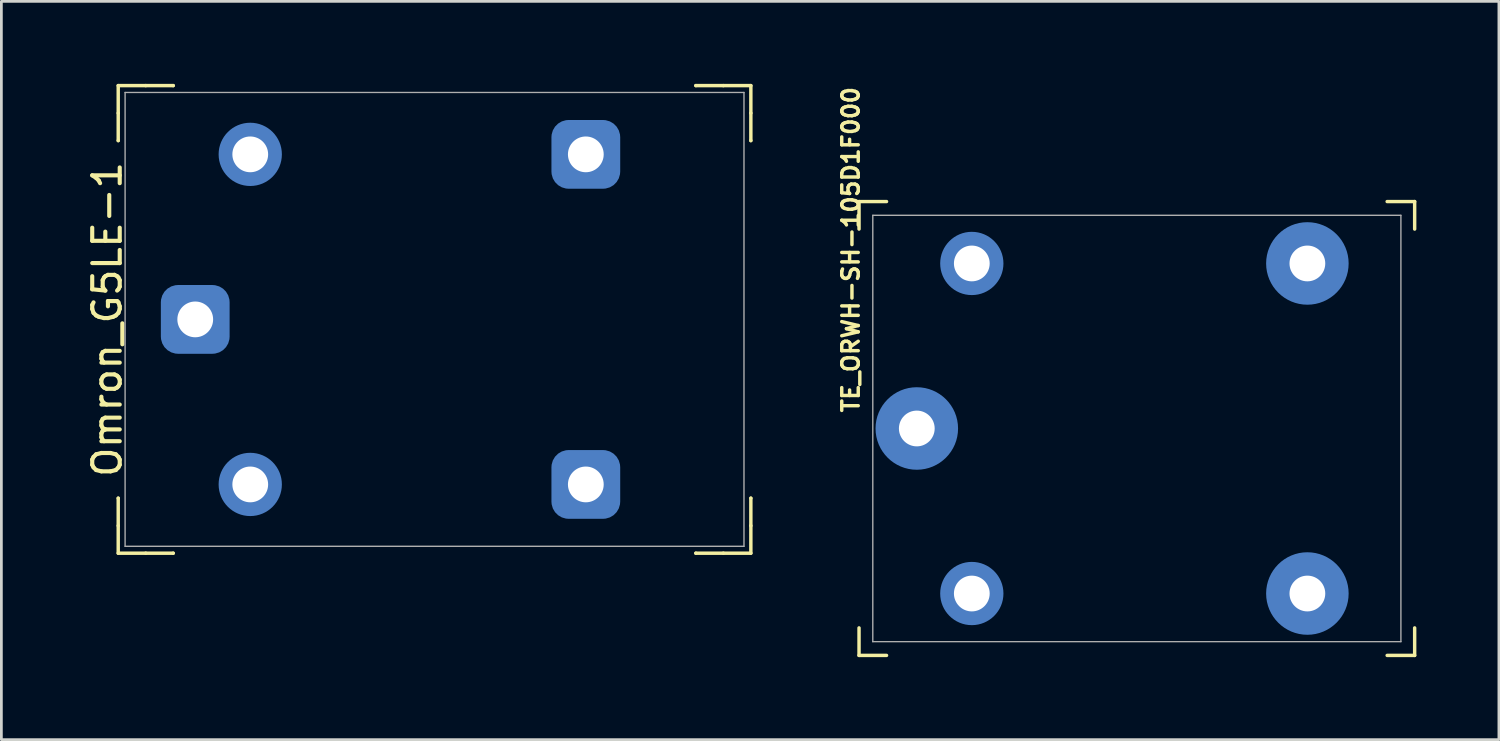
<source format=kicad_pcb>
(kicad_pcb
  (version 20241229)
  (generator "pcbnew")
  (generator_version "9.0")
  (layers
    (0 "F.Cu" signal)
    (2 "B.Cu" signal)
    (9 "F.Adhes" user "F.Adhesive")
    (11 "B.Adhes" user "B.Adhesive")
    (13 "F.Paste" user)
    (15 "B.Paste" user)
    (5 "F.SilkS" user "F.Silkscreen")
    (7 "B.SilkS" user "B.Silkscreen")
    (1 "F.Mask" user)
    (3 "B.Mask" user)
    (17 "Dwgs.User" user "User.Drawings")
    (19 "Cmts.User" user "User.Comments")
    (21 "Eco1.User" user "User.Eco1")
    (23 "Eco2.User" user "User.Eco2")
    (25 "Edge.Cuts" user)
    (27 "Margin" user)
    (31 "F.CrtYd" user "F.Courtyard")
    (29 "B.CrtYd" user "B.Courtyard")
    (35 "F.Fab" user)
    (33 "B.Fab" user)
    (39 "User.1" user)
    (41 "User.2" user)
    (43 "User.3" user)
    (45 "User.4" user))
  (footprint "Omron_G5LE-1"
    (layer "F.Cu")
    (at 12.748 8.562)
    (property "Reference" "Omron_G5LE-1" (at -11.9 0 90) (layer "F.SilkS") (effects (font (size 1 1) (thickness 0.15))))
    (attr through_hole)
    (fp_line (start -11.5 -8.5) (end -11.5 -7.5) (stroke (width 0.125) (type solid)) (layer "F.SilkS"))
    (fp_line (start -11.5 -8.5) (end -10.5 -8.5) (stroke (width 0.125) (type solid)) (layer "F.SilkS"))
    (fp_line (start -11.5 -7.5) (end -11.5 -6.5) (stroke (width 0.125) (type solid)) (layer "F.SilkS"))
    (fp_line (start -11.5 -6.5) (end -11.5 -6.5) (stroke (width 0.125) (type solid)) (layer "F.SilkS"))
    (fp_line (start -11.5 6.5) (end -11.5 6.5) (stroke (width 0.125) (type solid)) (layer "F.SilkS"))
    (fp_line (start -11.5 7.5) (end -11.5 6.5) (stroke (width 0.125) (type solid)) (layer "F.SilkS"))
    (fp_line (start -11.5 8.5) (end -11.5 7.5) (stroke (width 0.125) (type solid)) (layer "F.SilkS"))
    (fp_line (start -11.5 8.5) (end -10.5 8.5) (stroke (width 0.125) (type solid)) (layer "F.SilkS"))
    (fp_line (start -10.5 -8.5) (end -9.5 -8.5) (stroke (width 0.125) (type solid)) (layer "F.SilkS"))
    (fp_line (start -10.5 8.5) (end -9.5 8.5) (stroke (width 0.125) (type solid)) (layer "F.SilkS"))
    (fp_line (start -9.5 -8.5) (end -9.5 -8.5) (stroke (width 0.125) (type solid)) (layer "F.SilkS"))
    (fp_line (start -9.5 8.5) (end -9.5 8.5) (stroke (width 0.125) (type solid)) (layer "F.SilkS"))
    (fp_line (start 9.5 -8.5) (end 9.5 -8.5) (stroke (width 0.125) (type solid)) (layer "F.SilkS"))
    (fp_line (start 9.5 8.5) (end 9.5 8.5) (stroke (width 0.125) (type solid)) (layer "F.SilkS"))
    (fp_line (start 10.5 -8.5) (end 9.5 -8.5) (stroke (width 0.125) (type solid)) (layer "F.SilkS"))
    (fp_line (start 10.5 8.5) (end 9.5 8.5) (stroke (width 0.125) (type solid)) (layer "F.SilkS"))
    (fp_line (start 11.5 -8.5) (end 10.5 -8.5) (stroke (width 0.125) (type solid)) (layer "F.SilkS"))
    (fp_line (start 11.5 -8.5) (end 11.5 -7.5) (stroke (width 0.125) (type solid)) (layer "F.SilkS"))
    (fp_line (start 11.5 -7.5) (end 11.5 -6.5) (stroke (width 0.125) (type solid)) (layer "F.SilkS"))
    (fp_line (start 11.5 -6.5) (end 11.5 -6.5) (stroke (width 0.125) (type solid)) (layer "F.SilkS"))
    (fp_line (start 11.5 6.5) (end 11.5 6.5) (stroke (width 0.125) (type solid)) (layer "F.SilkS"))
    (fp_line (start 11.5 7.5) (end 11.5 6.5) (stroke (width 0.125) (type solid)) (layer "F.SilkS"))
    (fp_line (start 11.5 8.5) (end 10.5 8.5) (stroke (width 0.125) (type solid)) (layer "F.SilkS"))
    (fp_line (start 11.5 8.5) (end 11.5 7.5) (stroke (width 0.125) (type solid)) (layer "F.SilkS"))
    (fp_line (start -11.25 -8.25) (end 11.25 -8.25) (stroke (width 0.05) (type solid)) (layer "F.Fab"))
    (fp_line (start -11.25 8.25) (end -11.25 -8.25) (stroke (width 0.05) (type solid)) (layer "F.Fab"))
    (fp_line (start 11.25 -8.25) (end 11.25 8.25) (stroke (width 0.05) (type solid)) (layer "F.Fab"))
    (fp_line (start 11.25 8.25) (end -11.25 8.25) (stroke (width 0.05) (type solid)) (layer "F.Fab"))
    (pad "1" thru_hole circle (at -8.7 0) (size 1.6 1.6) (drill 1.3) (layers "*.Cu" "*.Mask"))
    (pad "1" connect roundrect (at -8.7 0) (size 2.5 2.5) (layers "B.Cu" "B.Mask") (roundrect_rratio 0.25))
    (pad "2" thru_hole circle (at -6.7 6) (size 1.6 1.6) (drill 1.3) (layers "*.Cu" "*.Mask"))
    (pad "2" connect circle (at -6.7 6) (size 2.3 2.3) (layers "B.Cu" "B.Mask"))
    (pad "3" thru_hole circle (at 5.5 6) (size 1.6 1.6) (drill 1.3) (layers "*.Cu" "*.Mask"))
    (pad "3" connect roundrect (at 5.5 6) (size 2.5 2.5) (layers "B.Cu" "B.Mask") (roundrect_rratio 0.25))
    (pad "4" thru_hole circle (at 5.5 -6) (size 1.6 1.6) (drill 1.3) (layers "*.Cu" "*.Mask"))
    (pad "4" connect roundrect (at 5.5 -6) (size 2.5 2.5) (layers "B.Cu" "B.Mask") (roundrect_rratio 0.25))
    (pad "5" thru_hole circle (at -6.7 -6) (size 1.6 1.6) (drill 1.3) (layers "*.Cu" "*.Mask"))
    (pad "5" connect circle (at -6.7 -6) (size 2.3 2.3) (layers "B.Cu" "B.Mask")))
  (footprint "TE_ORWH-SH-105D1F000"
    (layer "F.Cu")
    (at 38.281 12.528)
    (property "Reference" "TE_ORWH-SH-105D1F000" (at -10.4 -6.5 90) (layer "F.SilkS") (effects (font (size 0.6 0.6) (thickness 0.125))))
    (attr through_hole)
    (fp_line (start -10.1 -8.25) (end -10.1 -7.25) (stroke (width 0.125) (type solid)) (layer "F.SilkS"))
    (fp_line (start -10.1 -8.25) (end -9.1 -8.25) (stroke (width 0.125) (type solid)) (layer "F.SilkS"))
    (fp_line (start -10.1 8.25) (end -10.1 7.25) (stroke (width 0.125) (type solid)) (layer "F.SilkS"))
    (fp_line (start -10.1 8.25) (end -9.1 8.25) (stroke (width 0.125) (type solid)) (layer "F.SilkS"))
    (fp_line (start 10.1 -8.25) (end 9.1 -8.25) (stroke (width 0.125) (type solid)) (layer "F.SilkS"))
    (fp_line (start 10.1 -8.25) (end 10.1 -7.25) (stroke (width 0.125) (type solid)) (layer "F.SilkS"))
    (fp_line (start 10.1 8.25) (end 9.1 8.25) (stroke (width 0.125) (type solid)) (layer "F.SilkS"))
    (fp_line (start 10.1 8.25) (end 10.1 7.25) (stroke (width 0.125) (type solid)) (layer "F.SilkS"))
    (fp_line (start -9.6 -7.75) (end 9.6 -7.75) (stroke (width 0.05) (type solid)) (layer "F.Fab"))
    (fp_line (start -9.6 7.75) (end -9.6 -7.75) (stroke (width 0.05) (type solid)) (layer "F.Fab"))
    (fp_line (start 9.6 -7.75) (end 9.6 7.75) (stroke (width 0.05) (type solid)) (layer "F.Fab"))
    (fp_line (start 9.6 7.75) (end -9.6 7.75) (stroke (width 0.05) (type solid)) (layer "F.Fab"))
    (pad "1" thru_hole circle (at -8 0) (size 1.6 1.6) (drill 1.3) (layers "*.Cu" "*.Mask"))
    (pad "1" connect circle (at -8 0) (size 3 3) (layers "B.Cu" "B.Mask"))
    (pad "2" thru_hole circle (at -6 -6) (size 1.6 1.6) (drill 1.3) (layers "*.Cu" "*.Mask"))
    (pad "2" connect circle (at -6 -6) (size 2.3 2.3) (layers "B.Cu" "B.Mask"))
    (pad "3" thru_hole circle (at 6.2 -6) (size 1.6 1.6) (drill 1.3) (layers "*.Cu" "*.Mask"))
    (pad "3" connect circle (at 6.2 -6) (size 3 3) (layers "B.Cu" "B.Mask"))
    (pad "4" thru_hole circle (at 6.2 6) (size 1.6 1.6) (drill 1.3) (layers "*.Cu" "*.Mask"))
    (pad "4" connect circle (at 6.2 6) (size 3 3) (layers "B.Cu" "B.Mask"))
    (pad "5" thru_hole circle (at -6 6) (size 1.6 1.6) (drill 1.3) (layers "*.Cu" "*.Mask"))
    (pad "5" connect circle (at -6 6) (size 2.3 2.3) (layers "B.Cu" "B.Mask")))
  (gr_rect
    (start -3 -3)
    (end 51.444 23.84)
    (stroke (width 0.1) (type default))
    (fill no)
    (layer "Edge.Cuts")))
</source>
